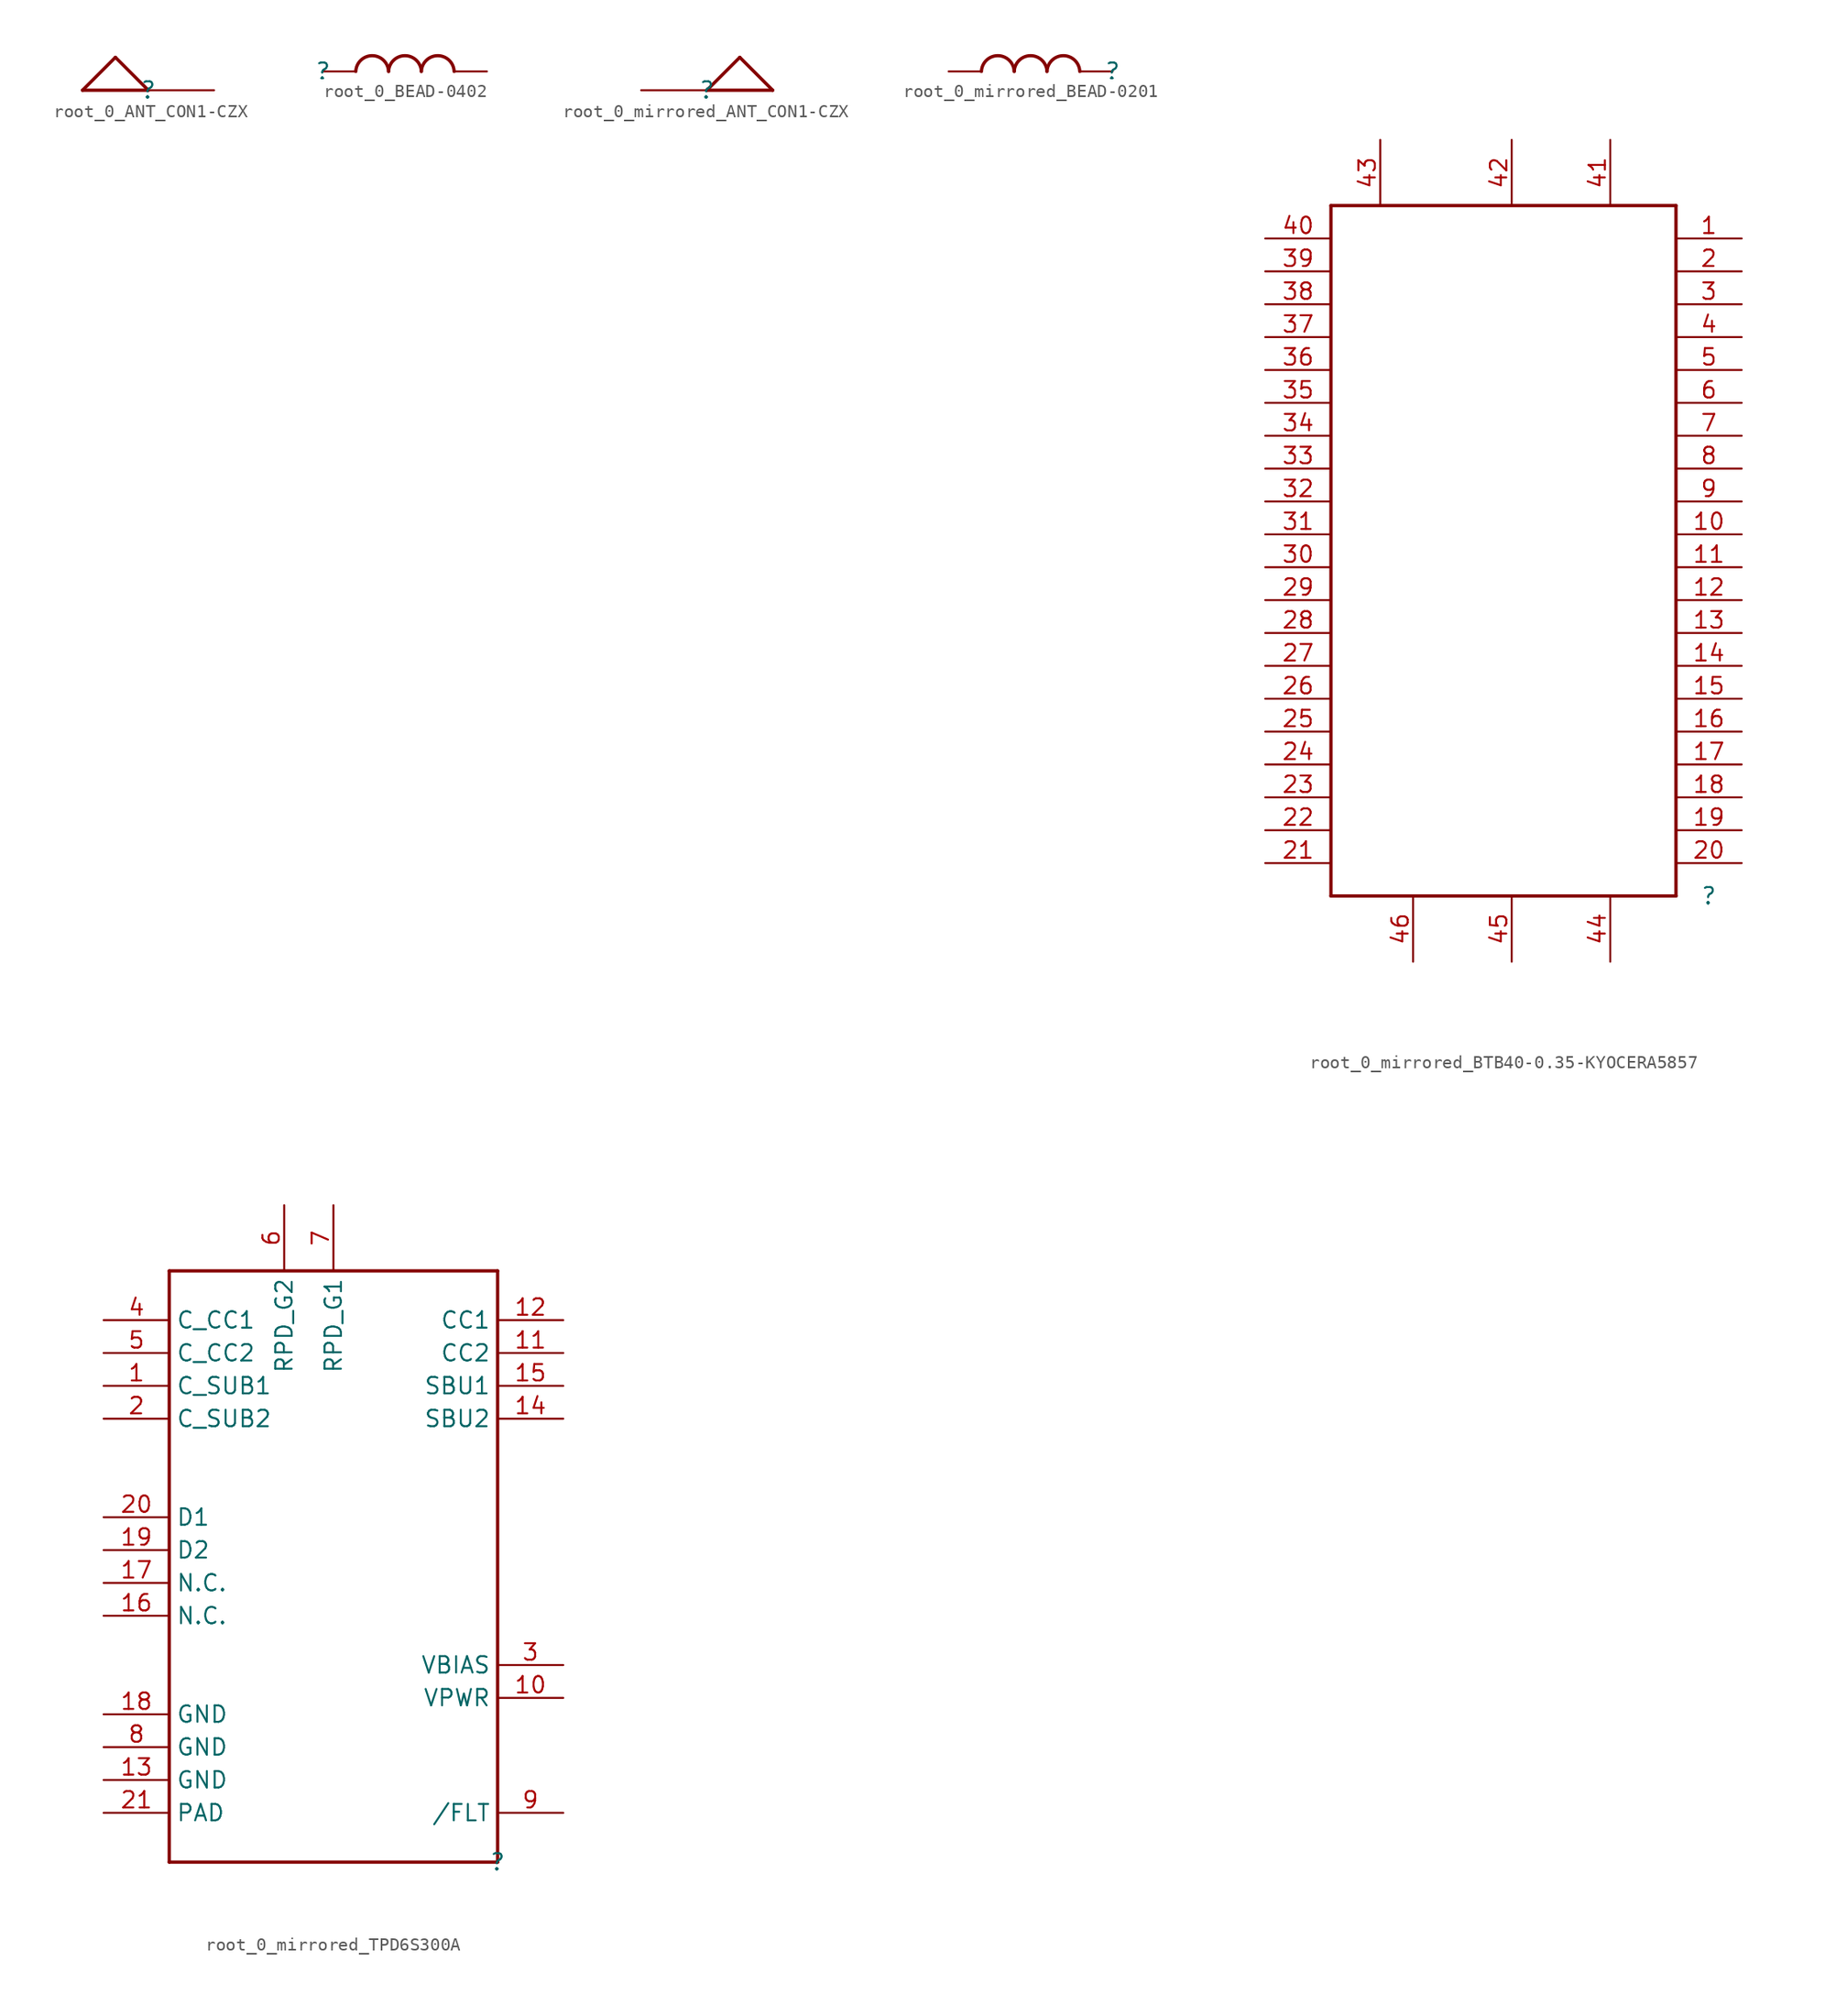
<source format=kicad_sym>
(kicad_symbol_lib
  (version 20220914)
  (generator kicad_symbol_editor)
  (symbol "root_0_ANT_CON1-CZX"
    (property "Reference" ""
      (at 0 0 0)
      (effects (font (size 1.27 1.27))))
    (property "Value" ""
      (at 0 0 0)
      (effects (font (size 1.27 1.27))))
    (symbol "root_0_ANT_CON1-CZX_1_0"
      (polyline (pts (xy -5.08 0) (xy -2.54 2.54)) (stroke (width 0.254) (type solid)) (fill (type none)))
      (polyline (pts (xy -2.54 2.54) (xy 0 0)) (stroke (width 0.254) (type solid)) (fill (type none)))
      (polyline (pts (xy 0 0) (xy -5.08 0)) (stroke (width 0.254) (type solid)) (fill (type none)))
      (pin passive line (at 5.08 0 180) (length 5.08) (name "1" (effects (font (size 0 0)))) (number "1" (effects (font (size 0 0)))))))
  (symbol "root_0_BEAD-0402"
    (property "Reference" ""
      (at 0 0 0)
      (effects (font (size 1.27 1.27))))
    (property "Value" ""
      (at 0 0 0)
      (effects (font (size 1.27 1.27))))
    (symbol "root_0_BEAD-0402_1_0"
      (arc (start 5.079 0) (mid 3.81 1.219) (end 2.541 0) (stroke (width 0.254) (type solid)) (fill (type none)))
      (arc (start 7.619 0) (mid 6.35 1.219) (end 5.081 0) (stroke (width 0.254) (type solid)) (fill (type none)))
      (arc (start 10.159 0) (mid 8.89 1.219) (end 7.621 0) (stroke (width 0.254) (type solid)) (fill (type none)))
      (pin passive line (at 0 0 0) (length 2.54) (name "1" (effects (font (size 0 0)))) (number "1" (effects (font (size 0 0)))))
      (pin passive line (at 12.7 0 180) (length 2.54) (name "2" (effects (font (size 0 0)))) (number "2" (effects (font (size 0 0)))))))
  (symbol "root_0_mirrored_ANT_CON1-CZX"
    (property "Reference" ""
      (at 0 0 0)
      (effects (font (size 1.27 1.27))))
    (property "Value" ""
      (at 0 0 0)
      (effects (font (size 1.27 1.27))))
    (symbol "root_0_mirrored_ANT_CON1-CZX_1_0"
      (polyline (pts (xy 0 0) (xy 5.08 0)) (stroke (width 0.254) (type solid)) (fill (type none)))
      (polyline (pts (xy 2.54 2.54) (xy 0 0)) (stroke (width 0.254) (type solid)) (fill (type none)))
      (polyline (pts (xy 5.08 0) (xy 2.54 2.54)) (stroke (width 0.254) (type solid)) (fill (type none)))
      (pin passive line (at -5.08 0 0) (length 5.08) (name "1" (effects (font (size 0 0)))) (number "1" (effects (font (size 0 0)))))))
  (symbol "root_0_mirrored_BEAD-0201"
    (property "Reference" ""
      (at 0 0 0)
      (effects (font (size 1.27 1.27))))
    (property "Value" ""
      (at 0 0 0)
      (effects (font (size 1.27 1.27))))
    (symbol "root_0_mirrored_BEAD-0201_1_0"
      (arc (start -7.621 0) (mid -8.89 1.219) (end -10.159 0) (stroke (width 0.254) (type solid)) (fill (type none)))
      (arc (start -5.081 0) (mid -6.35 1.219) (end -7.619 0) (stroke (width 0.254) (type solid)) (fill (type none)))
      (arc (start -2.541 0) (mid -3.81 1.219) (end -5.079 0) (stroke (width 0.254) (type solid)) (fill (type none)))
      (pin passive line (at 0 0 180) (length 2.54) (name "1" (effects (font (size 0 0)))) (number "1" (effects (font (size 0 0)))))
      (pin passive line (at -12.7 0 0) (length 2.54) (name "2" (effects (font (size 0 0)))) (number "2" (effects (font (size 0 0)))))))
  (symbol "root_0_mirrored_BTB40-0.35-KYOCERA5857"
    (property "Reference" ""
      (at 0 0 0)
      (effects (font (size 1.27 1.27))))
    (property "Value" ""
      (at 0 0 0)
      (effects (font (size 1.27 1.27))))
    (symbol "root_0_mirrored_BTB40-0.35-KYOCERA5857_1_0"
      (polyline (pts (xy -29.21 0) (xy -29.21 53.34)) (stroke (width 0.254) (type solid)) (fill (type none)))
      (polyline (pts (xy -29.21 53.34) (xy -2.54 53.34)) (stroke (width 0.254) (type solid)) (fill (type none)))
      (polyline (pts (xy -2.54 0) (xy -29.21 0)) (stroke (width 0.254) (type solid)) (fill (type none)))
      (polyline (pts (xy -2.54 53.34) (xy -2.54 0)) (stroke (width 0.254) (type solid)) (fill (type none)))
      (pin passive line (at 2.54 50.8 180) (length 5.08) (name "1" (effects (font (size 0 0)))) (number "1" (effects (font (size 1.27 1.27)))))
      (pin passive line (at 2.54 27.94 180) (length 5.08) (name "10" (effects (font (size 0 0)))) (number "10" (effects (font (size 1.27 1.27)))))
      (pin passive line (at 2.54 25.4 180) (length 5.08) (name "11" (effects (font (size 0 0)))) (number "11" (effects (font (size 1.27 1.27)))))
      (pin passive line (at 2.54 22.86 180) (length 5.08) (name "12" (effects (font (size 0 0)))) (number "12" (effects (font (size 1.27 1.27)))))
      (pin passive line (at 2.54 20.32 180) (length 5.08) (name "13" (effects (font (size 0 0)))) (number "13" (effects (font (size 1.27 1.27)))))
      (pin passive line (at 2.54 17.78 180) (length 5.08) (name "14" (effects (font (size 0 0)))) (number "14" (effects (font (size 1.27 1.27)))))
      (pin passive line (at 2.54 15.24 180) (length 5.08) (name "15" (effects (font (size 0 0)))) (number "15" (effects (font (size 1.27 1.27)))))
      (pin passive line (at 2.54 12.7 180) (length 5.08) (name "16" (effects (font (size 0 0)))) (number "16" (effects (font (size 1.27 1.27)))))
      (pin passive line (at 2.54 10.16 180) (length 5.08) (name "17" (effects (font (size 0 0)))) (number "17" (effects (font (size 1.27 1.27)))))
      (pin passive line (at 2.54 7.62 180) (length 5.08) (name "18" (effects (font (size 0 0)))) (number "18" (effects (font (size 1.27 1.27)))))
      (pin passive line (at 2.54 5.08 180) (length 5.08) (name "19" (effects (font (size 0 0)))) (number "19" (effects (font (size 1.27 1.27)))))
      (pin passive line (at 2.54 48.26 180) (length 5.08) (name "2" (effects (font (size 0 0)))) (number "2" (effects (font (size 1.27 1.27)))))
      (pin passive line (at 2.54 2.54 180) (length 5.08) (name "20" (effects (font (size 0 0)))) (number "20" (effects (font (size 1.27 1.27)))))
      (pin passive line (at -34.29 2.54 0) (length 5.08) (name "21" (effects (font (size 0 0)))) (number "21" (effects (font (size 1.27 1.27)))))
      (pin passive line (at -34.29 5.08 0) (length 5.08) (name "22" (effects (font (size 0 0)))) (number "22" (effects (font (size 1.27 1.27)))))
      (pin passive line (at -34.29 7.62 0) (length 5.08) (name "23" (effects (font (size 0 0)))) (number "23" (effects (font (size 1.27 1.27)))))
      (pin passive line (at -34.29 10.16 0) (length 5.08) (name "24" (effects (font (size 0 0)))) (number "24" (effects (font (size 1.27 1.27)))))
      (pin passive line (at -34.29 12.7 0) (length 5.08) (name "25" (effects (font (size 0 0)))) (number "25" (effects (font (size 1.27 1.27)))))
      (pin passive line (at -34.29 15.24 0) (length 5.08) (name "26" (effects (font (size 0 0)))) (number "26" (effects (font (size 1.27 1.27)))))
      (pin passive line (at -34.29 17.78 0) (length 5.08) (name "27" (effects (font (size 0 0)))) (number "27" (effects (font (size 1.27 1.27)))))
      (pin passive line (at -34.29 20.32 0) (length 5.08) (name "28" (effects (font (size 0 0)))) (number "28" (effects (font (size 1.27 1.27)))))
      (pin passive line (at -34.29 22.86 0) (length 5.08) (name "29" (effects (font (size 0 0)))) (number "29" (effects (font (size 1.27 1.27)))))
      (pin passive line (at 2.54 45.72 180) (length 5.08) (name "3" (effects (font (size 0 0)))) (number "3" (effects (font (size 1.27 1.27)))))
      (pin passive line (at -34.29 25.4 0) (length 5.08) (name "30" (effects (font (size 0 0)))) (number "30" (effects (font (size 1.27 1.27)))))
      (pin passive line (at -34.29 27.94 0) (length 5.08) (name "31" (effects (font (size 0 0)))) (number "31" (effects (font (size 1.27 1.27)))))
      (pin passive line (at -34.29 30.48 0) (length 5.08) (name "32" (effects (font (size 0 0)))) (number "32" (effects (font (size 1.27 1.27)))))
      (pin passive line (at -34.29 33.02 0) (length 5.08) (name "33" (effects (font (size 0 0)))) (number "33" (effects (font (size 1.27 1.27)))))
      (pin passive line (at -34.29 35.56 0) (length 5.08) (name "34" (effects (font (size 0 0)))) (number "34" (effects (font (size 1.27 1.27)))))
      (pin passive line (at -34.29 38.1 0) (length 5.08) (name "35" (effects (font (size 0 0)))) (number "35" (effects (font (size 1.27 1.27)))))
      (pin passive line (at -34.29 40.64 0) (length 5.08) (name "36" (effects (font (size 0 0)))) (number "36" (effects (font (size 1.27 1.27)))))
      (pin passive line (at -34.29 43.18 0) (length 5.08) (name "37" (effects (font (size 0 0)))) (number "37" (effects (font (size 1.27 1.27)))))
      (pin passive line (at -34.29 45.72 0) (length 5.08) (name "38" (effects (font (size 0 0)))) (number "38" (effects (font (size 1.27 1.27)))))
      (pin passive line (at -34.29 48.26 0) (length 5.08) (name "39" (effects (font (size 0 0)))) (number "39" (effects (font (size 1.27 1.27)))))
      (pin passive line (at 2.54 43.18 180) (length 5.08) (name "4" (effects (font (size 0 0)))) (number "4" (effects (font (size 1.27 1.27)))))
      (pin passive line (at -34.29 50.8 0) (length 5.08) (name "40" (effects (font (size 0 0)))) (number "40" (effects (font (size 1.27 1.27)))))
      (pin passive line (at -7.62 58.42 270) (length 5.08) (name "41" (effects (font (size 0 0)))) (number "41" (effects (font (size 1.27 1.27)))))
      (pin passive line (at -15.24 58.42 270) (length 5.08) (name "42" (effects (font (size 0 0)))) (number "42" (effects (font (size 1.27 1.27)))))
      (pin passive line (at -25.4 58.42 270) (length 5.08) (name "43" (effects (font (size 0 0)))) (number "43" (effects (font (size 1.27 1.27)))))
      (pin passive line (at -7.62 -5.08 90) (length 5.08) (name "44" (effects (font (size 0 0)))) (number "44" (effects (font (size 1.27 1.27)))))
      (pin passive line (at -15.24 -5.08 90) (length 5.08) (name "45" (effects (font (size 0 0)))) (number "45" (effects (font (size 1.27 1.27)))))
      (pin passive line (at -22.86 -5.08 90) (length 5.08) (name "46" (effects (font (size 0 0)))) (number "46" (effects (font (size 1.27 1.27)))))
      (pin passive line (at 2.54 40.64 180) (length 5.08) (name "5" (effects (font (size 0 0)))) (number "5" (effects (font (size 1.27 1.27)))))
      (pin passive line (at 2.54 38.1 180) (length 5.08) (name "6" (effects (font (size 0 0)))) (number "6" (effects (font (size 1.27 1.27)))))
      (pin passive line (at 2.54 35.56 180) (length 5.08) (name "7" (effects (font (size 0 0)))) (number "7" (effects (font (size 1.27 1.27)))))
      (pin passive line (at 2.54 33.02 180) (length 5.08) (name "8" (effects (font (size 0 0)))) (number "8" (effects (font (size 1.27 1.27)))))
      (pin passive line (at 2.54 30.48 180) (length 5.08) (name "9" (effects (font (size 0 0)))) (number "9" (effects (font (size 1.27 1.27)))))))
  (symbol "root_0_mirrored_TPD6S300A"
    (property "Reference" ""
      (at 0 0 0)
      (effects (font (size 1.27 1.27))))
    (property "Value" ""
      (at 0 0 0)
      (effects (font (size 1.27 1.27))))
    (symbol "root_0_mirrored_TPD6S300A_1_0"
      (polyline (pts (xy -25.4 0) (xy -25.4 45.72)) (stroke (width 0.254) (type solid)) (fill (type none)))
      (polyline (pts (xy -25.4 45.72) (xy 0 45.72)) (stroke (width 0.254) (type solid)) (fill (type none)))
      (polyline (pts (xy 0 0) (xy -25.4 0)) (stroke (width 0.254) (type solid)) (fill (type none)))
      (polyline (pts (xy 0 45.72) (xy 0 0)) (stroke (width 0.254) (type solid)) (fill (type none)))
      (pin passive line (at -30.48 36.83 0) (length 5.08) (name "C_SUB1" (effects (font (size 1.27 1.27)))) (number "1" (effects (font (size 1.27 1.27)))))
      (pin passive line (at 5.08 12.7 180) (length 5.08) (name "VPWR" (effects (font (size 1.27 1.27)))) (number "10" (effects (font (size 1.27 1.27)))))
      (pin passive line (at 5.08 39.37 180) (length 5.08) (name "CC2" (effects (font (size 1.27 1.27)))) (number "11" (effects (font (size 1.27 1.27)))))
      (pin passive line (at 5.08 41.91 180) (length 5.08) (name "CC1" (effects (font (size 1.27 1.27)))) (number "12" (effects (font (size 1.27 1.27)))))
      (pin passive line (at -30.48 6.35 0) (length 5.08) (name "GND" (effects (font (size 1.27 1.27)))) (number "13" (effects (font (size 1.27 1.27)))))
      (pin passive line (at 5.08 34.29 180) (length 5.08) (name "SBU2" (effects (font (size 1.27 1.27)))) (number "14" (effects (font (size 1.27 1.27)))))
      (pin passive line (at 5.08 36.83 180) (length 5.08) (name "SBU1" (effects (font (size 1.27 1.27)))) (number "15" (effects (font (size 1.27 1.27)))))
      (pin passive line (at -30.48 19.05 0) (length 5.08) (name "N.C." (effects (font (size 1.27 1.27)))) (number "16" (effects (font (size 1.27 1.27)))))
      (pin passive line (at -30.48 21.59 0) (length 5.08) (name "N.C." (effects (font (size 1.27 1.27)))) (number "17" (effects (font (size 1.27 1.27)))))
      (pin passive line (at -30.48 11.43 0) (length 5.08) (name "GND" (effects (font (size 1.27 1.27)))) (number "18" (effects (font (size 1.27 1.27)))))
      (pin passive line (at -30.48 24.13 0) (length 5.08) (name "D2" (effects (font (size 1.27 1.27)))) (number "19" (effects (font (size 1.27 1.27)))))
      (pin passive line (at -30.48 34.29 0) (length 5.08) (name "C_SUB2" (effects (font (size 1.27 1.27)))) (number "2" (effects (font (size 1.27 1.27)))))
      (pin passive line (at -30.48 26.67 0) (length 5.08) (name "D1" (effects (font (size 1.27 1.27)))) (number "20" (effects (font (size 1.27 1.27)))))
      (pin passive line (at -30.48 3.81 0) (length 5.08) (name "PAD" (effects (font (size 1.27 1.27)))) (number "21" (effects (font (size 1.27 1.27)))))
      (pin passive line (at 5.08 15.24 180) (length 5.08) (name "VBIAS" (effects (font (size 1.27 1.27)))) (number "3" (effects (font (size 1.27 1.27)))))
      (pin passive line (at -30.48 41.91 0) (length 5.08) (name "C_CC1" (effects (font (size 1.27 1.27)))) (number "4" (effects (font (size 1.27 1.27)))))
      (pin passive line (at -30.48 39.37 0) (length 5.08) (name "C_CC2" (effects (font (size 1.27 1.27)))) (number "5" (effects (font (size 1.27 1.27)))))
      (pin passive line (at -16.51 50.8 270) (length 5.08) (name "RPD_G2" (effects (font (size 1.27 1.27)))) (number "6" (effects (font (size 1.27 1.27)))))
      (pin passive line (at -12.7 50.8 270) (length 5.08) (name "RPD_G1" (effects (font (size 1.27 1.27)))) (number "7" (effects (font (size 1.27 1.27)))))
      (pin passive line (at -30.48 8.89 0) (length 5.08) (name "GND" (effects (font (size 1.27 1.27)))) (number "8" (effects (font (size 1.27 1.27)))))
      (pin passive line (at 5.08 3.81 180) (length 5.08) (name "/FLT" (effects (font (size 1.27 1.27)))) (number "9" (effects (font (size 1.27 1.27))))))))
</source>
